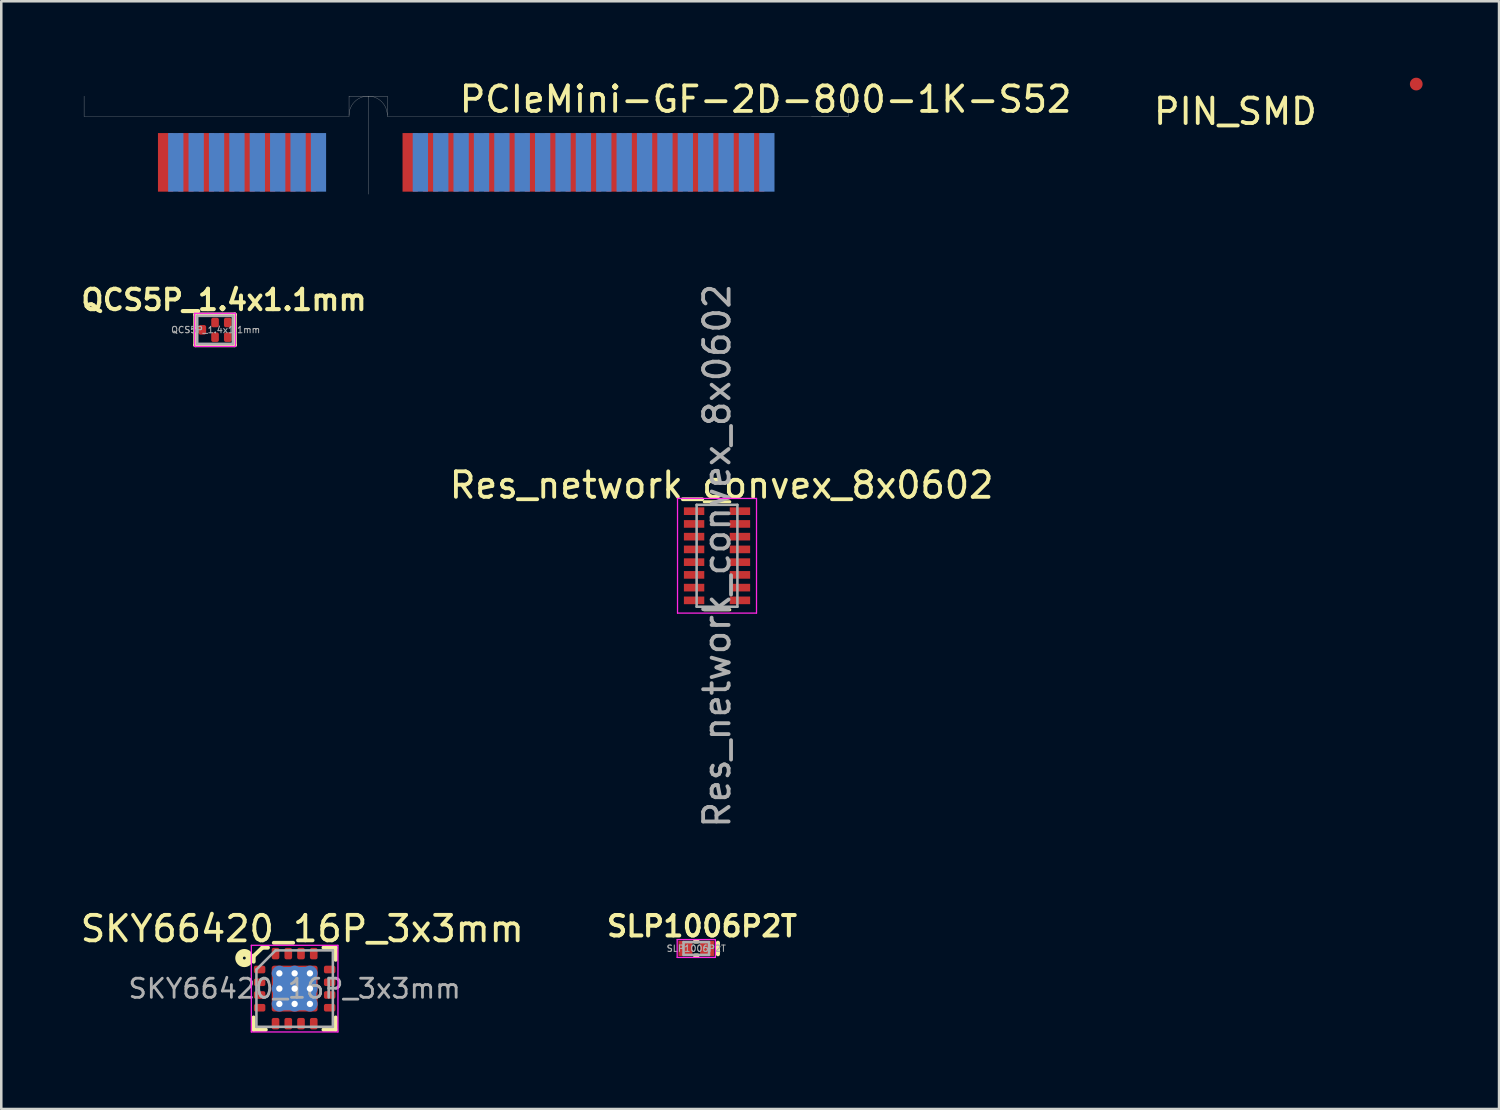
<source format=kicad_pcb>
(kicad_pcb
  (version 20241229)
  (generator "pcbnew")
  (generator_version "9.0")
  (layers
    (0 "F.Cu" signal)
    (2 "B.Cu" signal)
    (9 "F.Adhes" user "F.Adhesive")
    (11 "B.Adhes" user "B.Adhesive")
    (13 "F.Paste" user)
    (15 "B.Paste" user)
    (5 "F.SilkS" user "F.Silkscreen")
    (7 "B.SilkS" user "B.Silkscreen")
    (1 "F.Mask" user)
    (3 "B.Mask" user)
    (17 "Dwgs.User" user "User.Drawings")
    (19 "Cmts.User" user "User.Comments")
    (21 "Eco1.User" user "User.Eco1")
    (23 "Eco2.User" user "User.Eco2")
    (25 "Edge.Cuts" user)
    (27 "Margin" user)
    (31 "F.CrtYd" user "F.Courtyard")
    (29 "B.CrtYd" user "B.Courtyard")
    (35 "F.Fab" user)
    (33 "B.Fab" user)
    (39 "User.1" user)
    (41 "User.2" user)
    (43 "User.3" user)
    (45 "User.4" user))
  (footprint "QCS5P_1.4x1.1mm"
    (layer "F.Cu")
    (at 5.391 9.897)
    (property "Reference" "QCS5P_1.4x1.1mm" (at 0.35 -1.175 0) (layer "F.SilkS") (effects (font (size 0.8 0.8) (thickness 0.16))))
    (attr smd)
    (fp_line (start -0.775 -0.6) (end 0.775 -0.6) (stroke (width 0.16) (type solid)) (layer "F.SilkS"))
    (fp_line (start -0.775 0.6) (end -0.775 -0.6) (stroke (width 0.16) (type solid)) (layer "F.SilkS"))
    (fp_line (start 0.725 -0.6) (end 0.75 -0.6) (stroke (width 0.12) (type solid)) (layer "F.SilkS"))
    (fp_line (start 0.775 -0.6) (end 0.775 0.6) (stroke (width 0.16) (type solid)) (layer "F.SilkS"))
    (fp_line (start 0.775 0.6) (end -0.775 0.6) (stroke (width 0.16) (type solid)) (layer "F.SilkS"))
    (fp_line (start -0.8 -0.65) (end 0.8 -0.65) (stroke (width 0.05) (type solid)) (layer "F.CrtYd"))
    (fp_line (start -0.8 0.65) (end -0.8 -0.65) (stroke (width 0.05) (type solid)) (layer "F.CrtYd"))
    (fp_line (start -0.8 0.65) (end 0.8 0.65) (stroke (width 0.05) (type solid)) (layer "F.CrtYd"))
    (fp_line (start 0.8 0.65) (end 0.8 -0.65) (stroke (width 0.05) (type solid)) (layer "F.CrtYd"))
    (fp_line (start -0.7 -0.55) (end 0.7 -0.55) (stroke (width 0.1) (type solid)) (layer "F.Fab"))
    (fp_line (start -0.7 0.55) (end -0.7 -0.55) (stroke (width 0.1) (type solid)) (layer "F.Fab"))
    (fp_line (start 0.7 -0.55) (end 0.7 0.55) (stroke (width 0.1) (type solid)) (layer "F.Fab"))
    (fp_line (start 0.7 0.55) (end -0.7 0.55) (stroke (width 0.1) (type solid)) (layer "F.Fab"))
    (fp_text user "${REFERENCE}" (at 0.025 0 0) (layer "F.Fab") (effects (font (size 0.25 0.25) (thickness 0.04))))
    (pad "1" smd roundrect (at -0.5 0) (size 0.3 0.375) (layers "F.Cu" "F.Mask" "F.Paste") (roundrect_rratio 0.25))
    (pad "2" smd roundrect (at 0 0.288) (size 0.3 0.375) (layers "F.Cu" "F.Mask" "F.Paste") (roundrect_rratio 0.25))
    (pad "3" smd roundrect (at 0.5 0.288) (size 0.3 0.375) (layers "F.Cu" "F.Mask" "F.Paste") (roundrect_rratio 0.25))
    (pad "4" smd roundrect (at 0.5 -0.288) (size 0.3 0.375) (layers "F.Cu" "F.Mask" "F.Paste") (roundrect_rratio 0.25))
    (pad "5" smd roundrect (at 0 -0.288) (size 0.3 0.375) (layers "F.Cu" "F.Mask" "F.Paste") (roundrect_rratio 0.25)))
  (footprint "PIN_SMD"
    (layer "F.Cu")
    (at 52.54 0.25)
    (property "Reference" "PIN_SMD" (at -7.1 1.075 0) (layer "F.SilkS") (effects (font (size 1 1) (thickness 0.15))))
    (attr exclude_from_pos_files exclude_from_bom)
    (pad "1" smd circle (at 0 0) (size 0.5 0.5) (layers "F.Cu" "F.Mask")))
  (footprint "SLP1006P2T"
    (layer "F.Cu")
    (at 24.28 34.18)
    (property "Reference" "SLP1006P2T" (at 0.225 -0.875 0) (layer "F.SilkS") (effects (font (size 0.8 0.8) (thickness 0.16))))
    (attr smd)
    (fp_line (start -0.05 -0.275) (end 0.05 -0.275) (stroke (width 0.16) (type solid)) (layer "F.SilkS"))
    (fp_line (start -0.05 0.275) (end 0.05 0.275) (stroke (width 0.16) (type solid)) (layer "F.SilkS"))
    (fp_line (start 0.85 -0.225) (end 0.85 0.225) (stroke (width 0.16) (type solid)) (layer "F.SilkS"))
    (fp_line (start -0.75 -0.35) (end 0.75 -0.35) (stroke (width 0.05) (type solid)) (layer "F.CrtYd"))
    (fp_line (start -0.75 0.35) (end -0.75 -0.35) (stroke (width 0.05) (type solid)) (layer "F.CrtYd"))
    (fp_line (start -0.75 0.35) (end 0.75 0.35) (stroke (width 0.05) (type solid)) (layer "F.CrtYd"))
    (fp_line (start 0.75 0.35) (end 0.75 -0.35) (stroke (width 0.05) (type solid)) (layer "F.CrtYd"))
    (fp_line (start -0.5 -0.25) (end 0.5 -0.25) (stroke (width 0.1) (type solid)) (layer "F.Fab"))
    (fp_line (start -0.5 0.25) (end -0.5 -0.25) (stroke (width 0.1) (type solid)) (layer "F.Fab"))
    (fp_line (start 0.5 -0.25) (end 0.5 0.25) (stroke (width 0.1) (type solid)) (layer "F.Fab"))
    (fp_line (start 0.5 0.25) (end -0.5 0.25) (stroke (width 0.1) (type solid)) (layer "F.Fab"))
    (fp_text user "${REFERENCE}" (at 0 0 0) (layer "F.Fab") (effects (font (size 0.25 0.25) (thickness 0.04))))
    (pad "1" smd rect (at -0.425 0) (size 0.55 0.6) (layers "F.Cu" "F.Mask" "F.Paste"))
    (pad "2" smd rect (at 0.425 0) (size 0.55 0.6) (layers "F.Cu" "F.Mask" "F.Paste")))
  (footprint "SKY66420_16P_3x3mm"
    (layer "F.Cu")
    (at 8.515 35.755)
    (property "Reference" "SKY66420_16P_3x3mm" (at 0.3 -2.35 0) (layer "F.SilkS") (effects (font (size 1 1) (thickness 0.15))))
    (attr smd)
    (fp_line (start -1.61 -1.275) (end -1.61 -1.06) (stroke (width 0.16) (type solid)) (layer "F.SilkS"))
    (fp_line (start -1.61 -1.275) (end -1.265 -1.61) (stroke (width 0.16) (type solid)) (layer "F.SilkS"))
    (fp_line (start -1.61 1.61) (end -1.61 1.135) (stroke (width 0.16) (type solid)) (layer "F.SilkS"))
    (fp_line (start -1.135 1.61) (end -1.61 1.61) (stroke (width 0.16) (type solid)) (layer "F.SilkS"))
    (fp_line (start -1.05 -1.61) (end -1.265 -1.61) (stroke (width 0.16) (type solid)) (layer "F.SilkS"))
    (fp_line (start 1.135 -1.61) (end 1.61 -1.61) (stroke (width 0.16) (type solid)) (layer "F.SilkS"))
    (fp_line (start 1.135 1.61) (end 1.61 1.61) (stroke (width 0.16) (type solid)) (layer "F.SilkS"))
    (fp_line (start 1.61 -1.61) (end 1.61 -1.135) (stroke (width 0.16) (type solid)) (layer "F.SilkS"))
    (fp_line (start 1.61 1.61) (end 1.61 1.135) (stroke (width 0.16) (type solid)) (layer "F.SilkS"))
    (fp_circle (center -1.975 -1.2) (end -1.919 -1.2) (stroke (width 0.3) (type solid)) (fill no) (layer "F.SilkS"))
    (fp_line (start -1.7 -1.7) (end -1.7 1.7) (stroke (width 0.05) (type solid)) (layer "F.CrtYd"))
    (fp_line (start -1.7 1.7) (end 1.7 1.7) (stroke (width 0.05) (type solid)) (layer "F.CrtYd"))
    (fp_line (start 1.7 -1.7) (end -1.7 -1.7) (stroke (width 0.05) (type solid)) (layer "F.CrtYd"))
    (fp_line (start 1.7 1.7) (end 1.7 -1.7) (stroke (width 0.05) (type solid)) (layer "F.CrtYd"))
    (fp_line (start -1.5 -0.75) (end -0.75 -1.5) (stroke (width 0.1) (type solid)) (layer "F.Fab"))
    (fp_line (start -1.5 1.5) (end -1.5 -0.75) (stroke (width 0.1) (type solid)) (layer "F.Fab"))
    (fp_line (start -0.75 -1.5) (end 1.5 -1.5) (stroke (width 0.1) (type solid)) (layer "F.Fab"))
    (fp_line (start 1.5 -1.5) (end 1.5 1.5) (stroke (width 0.1) (type solid)) (layer "F.Fab"))
    (fp_line (start 1.5 1.5) (end -1.5 1.5) (stroke (width 0.1) (type solid)) (layer "F.Fab"))
    (fp_text user "${REFERENCE}" (at 0 0 0) (layer "F.Fab") (effects (font (size 0.75 0.75) (thickness 0.11))))
    (pad "" smd roundrect (at -0.45 -0.45) (size 0.74 0.74) (layers "F.Paste") (roundrect_rratio 0.1))
    (pad "" smd roundrect (at -0.45 0.45) (size 0.74 0.74) (layers "F.Paste") (roundrect_rratio 0.1))
    (pad "" smd roundrect (at 0.45 -0.45) (size 0.74 0.74) (layers "F.Paste") (roundrect_rratio 0.1))
    (pad "" smd roundrect (at 0.45 0.45) (size 0.74 0.74) (layers "F.Paste") (roundrect_rratio 0.1))
    (pad "1" smd roundrect (at -1.375 -0.75) (size 0.45 0.3) (layers "F.Cu" "F.Mask" "F.Paste") (roundrect_rratio 0.25))
    (pad "2" smd roundrect (at -1.375 -0.25) (size 0.45 0.3) (layers "F.Cu" "F.Mask" "F.Paste") (roundrect_rratio 0.25))
    (pad "3" smd roundrect (at -1.375 0.25) (size 0.45 0.3) (layers "F.Cu" "F.Mask" "F.Paste") (roundrect_rratio 0.25))
    (pad "4" smd roundrect (at -1.375 0.75) (size 0.45 0.3) (layers "F.Cu" "F.Mask" "F.Paste") (roundrect_rratio 0.25))
    (pad "5" smd roundrect (at -0.75 1.375) (size 0.3 0.45) (layers "F.Cu" "F.Mask" "F.Paste") (roundrect_rratio 0.25))
    (pad "6" smd roundrect (at -0.25 1.375) (size 0.3 0.45) (layers "F.Cu" "F.Mask" "F.Paste") (roundrect_rratio 0.25))
    (pad "7" smd roundrect (at 0.25 1.375) (size 0.3 0.45) (layers "F.Cu" "F.Mask" "F.Paste") (roundrect_rratio 0.25))
    (pad "8" smd roundrect (at 0.75 1.375) (size 0.3 0.45) (layers "F.Cu" "F.Mask" "F.Paste") (roundrect_rratio 0.25))
    (pad "9" smd roundrect (at 1.375 0.75) (size 0.45 0.3) (layers "F.Cu" "F.Mask" "F.Paste") (roundrect_rratio 0.25))
    (pad "10" smd roundrect (at 1.375 0.25) (size 0.45 0.3) (layers "F.Cu" "F.Mask" "F.Paste") (roundrect_rratio 0.25))
    (pad "11" smd roundrect (at 1.375 -0.25) (size 0.45 0.3) (layers "F.Cu" "F.Mask" "F.Paste") (roundrect_rratio 0.25))
    (pad "12" smd roundrect (at 1.375 -0.75) (size 0.45 0.3) (layers "F.Cu" "F.Mask" "F.Paste") (roundrect_rratio 0.25))
    (pad "13" smd roundrect (at 0.75 -1.375) (size 0.3 0.45) (layers "F.Cu" "F.Mask" "F.Paste") (roundrect_rratio 0.25))
    (pad "14" smd roundrect (at 0.25 -1.375) (size 0.3 0.45) (layers "F.Cu" "F.Mask" "F.Paste") (roundrect_rratio 0.25))
    (pad "15" smd roundrect (at -0.25 -1.375) (size 0.3 0.45) (layers "F.Cu" "F.Mask" "F.Paste") (roundrect_rratio 0.25))
    (pad "16" smd roundrect (at -0.75 -1.375) (size 0.3 0.45) (layers "F.Cu" "F.Mask" "F.Paste") (roundrect_rratio 0.25))
    (pad "17" thru_hole circle (at -0.6 -0.6) (size 0.6 0.6) (drill 0.25) (layers "*.Cu"))
    (pad "17" thru_hole circle (at -0.6 0) (size 0.6 0.6) (drill 0.25) (layers "*.Cu"))
    (pad "17" thru_hole circle (at -0.6 0.6) (size 0.6 0.6) (drill 0.25) (layers "*.Cu"))
    (pad "17" thru_hole circle (at 0 -0.6) (size 0.6 0.6) (drill 0.25) (layers "*.Cu"))
    (pad "17" thru_hole circle (at 0 0) (size 0.6 0.6) (drill 0.25) (layers "*.Cu"))
    (pad "17" smd roundrect (at 0 0) (size 1.7 1.7) (layers "B.Cu") (roundrect_rratio 0.147))
    (pad "17" smd roundrect (at 0 0) (size 1.8 1.8) (layers "*.Mask" "F.Cu") (roundrect_rratio 0.05))
    (pad "17" thru_hole circle (at 0 0.6) (size 0.6 0.6) (drill 0.25) (layers "*.Cu"))
    (pad "17" thru_hole circle (at 0.6 -0.6) (size 0.6 0.6) (drill 0.25) (layers "*.Cu"))
    (pad "17" thru_hole circle (at 0.6 0) (size 0.6 0.6) (drill 0.25) (layers "*.Cu"))
    (pad "17" thru_hole circle (at 0.6 0.6) (size 0.6 0.6) (drill 0.25) (layers "*.Cu")))
  (footprint "PCIeMini-GF-2D-800-1K-S52"
    (layer "F.Cu")
    (at 0.25 4.723)
    (property "Reference" "PCIeMini-GF-2D-800-1K-S52" (at 26.75 -3.875 0) (layer "F.SilkS") (effects (font (size 1 1) (thickness 0.15))))
    (attr exclude_from_pos_files exclude_from_bom)
    (fp_poly (pts (xy 10.35 -0.05) (xy 2.1 -0.05) (xy 2.1 -2.6) (xy 10.35 -2.6)) (stroke (width 0.1) (type solid)) (fill yes) (layer "F.Mask"))
    (fp_poly (pts (xy 27.7 -0.05) (xy 11.95 -0.05) (xy 11.95 -2.6) (xy 27.7 -2.6)) (stroke (width 0.1) (type solid)) (fill yes) (layer "F.Mask"))
    (fp_poly (pts (xy 10.35 -0.05) (xy 2.1 -0.05) (xy 2.1 -2.6) (xy 10.35 -2.6)) (stroke (width 0.1) (type solid)) (fill yes) (layer "B.Mask"))
    (fp_poly (pts (xy 27.7 -0.05) (xy 11.95 -0.05) (xy 11.95 -2.6) (xy 27.7 -2.6)) (stroke (width 0.1) (type solid)) (fill yes) (layer "B.Mask"))
    (fp_line (start 0 -3.2) (end 0 -4) (stroke (width 0.01) (type solid)) (layer "Dwgs.User"))
    (fp_line (start 0 -3.2) (end 10.4 -3.2) (stroke (width 0.01) (type solid)) (layer "Dwgs.User"))
    (fp_line (start 10.4 -4) (end 11.9 -4) (stroke (width 0.01) (type solid)) (layer "Dwgs.User"))
    (fp_line (start 10.4 -3.2) (end 10.4 -4) (stroke (width 0.01) (type solid)) (layer "Dwgs.User"))
    (fp_line (start 11.15 -4) (end 11.15 -0.15) (stroke (width 0.01) (type solid)) (layer "Dwgs.User"))
    (fp_line (start 11.9 -4) (end 11.9 -3.2) (stroke (width 0.01) (type solid)) (layer "Dwgs.User"))
    (fp_line (start 11.9 -3.2) (end 30 -3.2) (stroke (width 0.01) (type solid)) (layer "Dwgs.User"))
    (fp_line (start 30 -3.2) (end 28.55 -3.2) (stroke (width 0.01) (type solid)) (layer "Dwgs.User"))
    (fp_line (start 30 -3.2) (end 30 -4) (stroke (width 0.01) (type solid)) (layer "Dwgs.User"))
    (fp_arc (start 10.4 -3.25) (mid 11.15 -4) (end 11.9 -3.25) (stroke (width 0.01) (type solid)) (layer "F.Fab"))
    (pad "1" smd rect (at 3.2 -1.4) (size 0.6 2.3) (layers "F.Cu" "F.Mask"))
    (pad "2" smd rect (at 3.6 -1.4) (size 0.6 2.3) (layers "B.Cu" "B.Mask"))
    (pad "3" smd rect (at 4 -1.4) (size 0.6 2.3) (layers "F.Cu" "F.Mask"))
    (pad "4" smd rect (at 4.4 -1.4) (size 0.6 2.3) (layers "B.Cu" "B.Mask"))
    (pad "5" smd rect (at 4.8 -1.4) (size 0.6 2.3) (layers "F.Cu" "F.Mask"))
    (pad "6" smd rect (at 5.2 -1.4) (size 0.6 2.3) (layers "B.Cu" "B.Mask"))
    (pad "7" smd rect (at 5.6 -1.4) (size 0.6 2.3) (layers "F.Cu" "F.Mask"))
    (pad "8" smd rect (at 6 -1.4) (size 0.6 2.3) (layers "B.Cu" "B.Mask"))
    (pad "9" smd rect (at 6.4 -1.4) (size 0.6 2.3) (layers "F.Cu" "F.Mask"))
    (pad "10" smd rect (at 6.8 -1.4) (size 0.6 2.3) (layers "B.Cu" "B.Mask"))
    (pad "11" smd rect (at 7.2 -1.4) (size 0.6 2.3) (layers "F.Cu" "F.Mask"))
    (pad "12" smd rect (at 7.6 -1.4) (size 0.6 2.3) (layers "B.Cu" "B.Mask"))
    (pad "13" smd rect (at 8 -1.4) (size 0.6 2.3) (layers "F.Cu" "F.Mask"))
    (pad "14" smd rect (at 8.4 -1.4) (size 0.6 2.3) (layers "B.Cu" "B.Mask"))
    (pad "15" smd rect (at 8.8 -1.4) (size 0.6 2.3) (layers "F.Cu" "F.Mask"))
    (pad "16" smd rect (at 9.2 -1.4) (size 0.6 2.3) (layers "B.Cu" "B.Mask"))
    (pad "17" smd rect (at 12.8 -1.4) (size 0.6 2.3) (layers "F.Cu" "F.Mask"))
    (pad "18" smd rect (at 13.2 -1.4) (size 0.6 2.3) (layers "B.Cu" "B.Mask"))
    (pad "19" smd rect (at 13.6 -1.4) (size 0.6 2.3) (layers "F.Cu" "F.Mask"))
    (pad "20" smd rect (at 14 -1.4) (size 0.6 2.3) (layers "B.Cu" "B.Mask"))
    (pad "21" smd rect (at 14.4 -1.4) (size 0.6 2.3) (layers "F.Cu" "F.Mask"))
    (pad "22" smd rect (at 14.8 -1.4) (size 0.6 2.3) (layers "B.Cu" "B.Mask"))
    (pad "23" smd rect (at 15.2 -1.4) (size 0.6 2.3) (layers "F.Cu" "F.Mask"))
    (pad "24" smd rect (at 15.6 -1.4) (size 0.6 2.3) (layers "B.Cu" "B.Mask"))
    (pad "25" smd rect (at 16 -1.4) (size 0.6 2.3) (layers "F.Cu" "F.Mask"))
    (pad "26" smd rect (at 16.4 -1.4) (size 0.6 2.3) (layers "B.Cu" "B.Mask"))
    (pad "27" smd rect (at 16.8 -1.4) (size 0.6 2.3) (layers "F.Cu" "F.Mask"))
    (pad "28" smd rect (at 17.2 -1.4) (size 0.6 2.3) (layers "B.Cu" "B.Mask"))
    (pad "29" smd rect (at 17.6 -1.4) (size 0.6 2.3) (layers "F.Cu" "F.Mask"))
    (pad "30" smd rect (at 18 -1.4) (size 0.6 2.3) (layers "B.Cu" "B.Mask"))
    (pad "31" smd rect (at 18.4 -1.4) (size 0.6 2.3) (layers "F.Cu" "F.Mask"))
    (pad "32" smd rect (at 18.8 -1.4) (size 0.6 2.3) (layers "B.Cu" "B.Mask"))
    (pad "33" smd rect (at 19.2 -1.4) (size 0.6 2.3) (layers "F.Cu" "F.Mask"))
    (pad "34" smd rect (at 19.6 -1.4) (size 0.6 2.3) (layers "B.Cu" "B.Mask"))
    (pad "35" smd rect (at 20 -1.4) (size 0.6 2.3) (layers "F.Cu" "F.Mask"))
    (pad "36" smd rect (at 20.4 -1.4) (size 0.6 2.3) (layers "B.Cu" "B.Mask"))
    (pad "37" smd rect (at 20.8 -1.4) (size 0.6 2.3) (layers "F.Cu" "F.Mask"))
    (pad "38" smd rect (at 21.2 -1.4) (size 0.6 2.3) (layers "B.Cu" "B.Mask"))
    (pad "39" smd rect (at 21.6 -1.4) (size 0.6 2.3) (layers "F.Cu" "F.Mask"))
    (pad "40" smd rect (at 22 -1.4) (size 0.6 2.3) (layers "B.Cu" "B.Mask"))
    (pad "41" smd rect (at 22.4 -1.4) (size 0.6 2.3) (layers "F.Cu" "F.Mask"))
    (pad "42" smd rect (at 22.8 -1.4) (size 0.6 2.3) (layers "B.Cu" "B.Mask"))
    (pad "43" smd rect (at 23.2 -1.4) (size 0.6 2.3) (layers "F.Cu" "F.Mask"))
    (pad "44" smd rect (at 23.6 -1.4) (size 0.6 2.3) (layers "B.Cu" "B.Mask"))
    (pad "45" smd rect (at 24 -1.4) (size 0.6 2.3) (layers "F.Cu" "F.Mask"))
    (pad "46" smd rect (at 24.4 -1.4) (size 0.6 2.3) (layers "B.Cu" "B.Mask"))
    (pad "47" smd rect (at 24.8 -1.4) (size 0.6 2.3) (layers "F.Cu" "F.Mask"))
    (pad "48" smd rect (at 25.2 -1.4) (size 0.6 2.3) (layers "B.Cu" "B.Mask"))
    (pad "49" smd rect (at 25.6 -1.4) (size 0.6 2.3) (layers "F.Cu" "F.Mask"))
    (pad "50" smd rect (at 26 -1.4) (size 0.6 2.3) (layers "B.Cu" "B.Mask"))
    (pad "51" smd rect (at 26.4 -1.4) (size 0.6 2.3) (layers "F.Cu" "F.Mask"))
    (pad "52" smd rect (at 26.8 -1.4) (size 0.6 2.3) (layers "B.Cu" "B.Mask")))
  (footprint "Res_network_convex_8x0602"
    (layer "F.Cu")
    (at 25.094 18.765)
    (property "Reference" "Res_network_convex_8x0602" (at 0.18 -2.77 0) (layer "F.SilkS") (effects (font (size 1 1) (thickness 0.15))))
    (attr smd)
    (fp_line (start 0.5 -2.12) (end -0.5 -2.12) (stroke (width 0.12) (type solid)) (layer "F.SilkS"))
    (fp_line (start 0.5 2.12) (end -0.5 2.12) (stroke (width 0.12) (type solid)) (layer "F.SilkS"))
    (fp_line (start -1.55 -2.25) (end -1.55 2.25) (stroke (width 0.05) (type solid)) (layer "F.CrtYd"))
    (fp_line (start -1.55 -2.25) (end 1.55 -2.25) (stroke (width 0.05) (type solid)) (layer "F.CrtYd"))
    (fp_line (start 1.55 2.25) (end -1.55 2.25) (stroke (width 0.05) (type solid)) (layer "F.CrtYd"))
    (fp_line (start 1.55 2.25) (end 1.55 -2.25) (stroke (width 0.05) (type solid)) (layer "F.CrtYd"))
    (fp_line (start -0.8 -2) (end -0.8 2) (stroke (width 0.1) (type solid)) (layer "F.Fab"))
    (fp_line (start -0.8 2) (end 0.8 2) (stroke (width 0.1) (type solid)) (layer "F.Fab"))
    (fp_line (start 0.8 -2) (end -0.8 -2) (stroke (width 0.1) (type solid)) (layer "F.Fab"))
    (fp_line (start 0.8 2) (end 0.8 -2) (stroke (width 0.1) (type solid)) (layer "F.Fab"))
    (fp_text user "${REFERENCE}" (at 0 0 90) (layer "F.Fab") (effects (font (size 1 1) (thickness 0.15))))
    (pad "1" smd rect (at -0.9 -1.75) (size 0.8 0.3) (layers "F.Cu" "F.Mask" "F.Paste"))
    (pad "2" smd rect (at -0.9 -1.25) (size 0.8 0.3) (layers "F.Cu" "F.Mask" "F.Paste"))
    (pad "3" smd rect (at -0.9 -0.75) (size 0.8 0.3) (layers "F.Cu" "F.Mask" "F.Paste"))
    (pad "4" smd rect (at -0.9 -0.25) (size 0.8 0.3) (layers "F.Cu" "F.Mask" "F.Paste"))
    (pad "5" smd rect (at -0.9 0.25) (size 0.8 0.3) (layers "F.Cu" "F.Mask" "F.Paste"))
    (pad "6" smd rect (at -0.9 0.75) (size 0.8 0.3) (layers "F.Cu" "F.Mask" "F.Paste"))
    (pad "7" smd rect (at -0.9 1.25) (size 0.8 0.3) (layers "F.Cu" "F.Mask" "F.Paste"))
    (pad "8" smd rect (at -0.9 1.75) (size 0.8 0.3) (layers "F.Cu" "F.Mask" "F.Paste"))
    (pad "9" smd rect (at 0.9 1.75) (size 0.8 0.3) (layers "F.Cu" "F.Mask" "F.Paste"))
    (pad "10" smd rect (at 0.9 1.25) (size 0.8 0.3) (layers "F.Cu" "F.Mask" "F.Paste"))
    (pad "11" smd rect (at 0.9 0.75) (size 0.8 0.3) (layers "F.Cu" "F.Mask" "F.Paste"))
    (pad "12" smd rect (at 0.9 0.25) (size 0.8 0.3) (layers "F.Cu" "F.Mask" "F.Paste"))
    (pad "13" smd rect (at 0.9 -0.25) (size 0.8 0.3) (layers "F.Cu" "F.Mask" "F.Paste"))
    (pad "14" smd rect (at 0.9 -0.75) (size 0.8 0.3) (layers "F.Cu" "F.Mask" "F.Paste"))
    (pad "15" smd rect (at 0.9 -1.25) (size 0.8 0.3) (layers "F.Cu" "F.Mask" "F.Paste"))
    (pad "16" smd rect (at 0.9 -1.75) (size 0.8 0.3) (layers "F.Cu" "F.Mask" "F.Paste")))
  (gr_rect
    (start -3 -3)
    (end 55.79 40.48)
    (stroke (width 0.1) (type default))
    (fill no)
    (layer "Edge.Cuts")))
</source>
